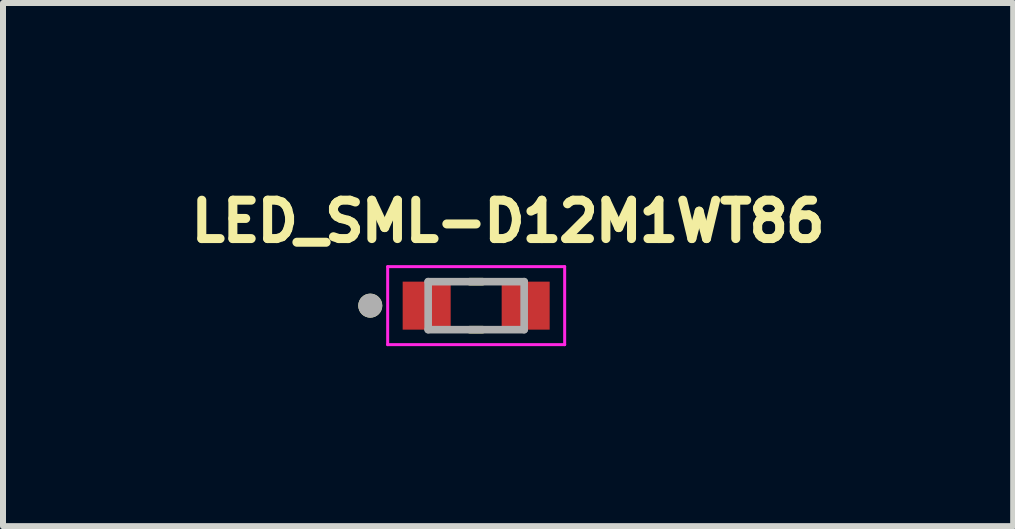
<source format=kicad_pcb>
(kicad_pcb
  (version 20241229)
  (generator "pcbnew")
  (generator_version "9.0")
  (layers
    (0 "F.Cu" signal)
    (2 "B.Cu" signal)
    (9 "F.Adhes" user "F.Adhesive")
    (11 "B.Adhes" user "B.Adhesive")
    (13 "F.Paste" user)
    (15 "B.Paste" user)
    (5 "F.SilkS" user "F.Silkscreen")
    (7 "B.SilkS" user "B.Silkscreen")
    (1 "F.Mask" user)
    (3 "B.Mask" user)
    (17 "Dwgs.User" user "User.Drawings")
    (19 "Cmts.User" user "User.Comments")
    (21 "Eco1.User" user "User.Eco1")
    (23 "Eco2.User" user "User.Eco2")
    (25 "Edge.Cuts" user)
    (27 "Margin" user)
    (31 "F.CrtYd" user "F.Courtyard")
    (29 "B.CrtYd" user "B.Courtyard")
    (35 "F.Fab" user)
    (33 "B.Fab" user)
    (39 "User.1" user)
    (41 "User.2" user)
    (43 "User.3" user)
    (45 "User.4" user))
  (footprint "LED_SML-D12M1WT86"
    (layer "F.Cu")
    (at 4.886 2.044)
    (property "Reference" "LED_SML-D12M1WT86" (at 0.532 -1.406 0) (layer "F.SilkS") (effects (font (size 0.64 0.64) (thickness 0.15))))
    (attr through_hole)
    (fp_line (start -0.105 -0.4) (end 0.105 -0.4) (stroke (width 0.127) (type solid)) (layer "F.SilkS"))
    (fp_line (start -0.105 0.4) (end 0.105 0.4) (stroke (width 0.127) (type solid)) (layer "F.SilkS"))
    (fp_circle (center -1.765 0) (end -1.665 0) (stroke (width 0.2) (type solid)) (fill no) (layer "F.SilkS"))
    (fp_line (start -1.475 -0.65) (end -1.475 0.65) (stroke (width 0.05) (type solid)) (layer "F.CrtYd"))
    (fp_line (start -1.475 0.65) (end 1.475 0.65) (stroke (width 0.05) (type solid)) (layer "F.CrtYd"))
    (fp_line (start 1.475 -0.65) (end -1.475 -0.65) (stroke (width 0.05) (type solid)) (layer "F.CrtYd"))
    (fp_line (start 1.475 0.65) (end 1.475 -0.65) (stroke (width 0.05) (type solid)) (layer "F.CrtYd"))
    (fp_line (start -0.8 -0.4) (end -0.8 0.4) (stroke (width 0.127) (type solid)) (layer "F.Fab"))
    (fp_line (start -0.8 0.4) (end 0.8 0.4) (stroke (width 0.127) (type solid)) (layer "F.Fab"))
    (fp_line (start 0.8 -0.4) (end -0.8 -0.4) (stroke (width 0.127) (type solid)) (layer "F.Fab"))
    (fp_line (start 0.8 0.4) (end 0.8 -0.4) (stroke (width 0.127) (type solid)) (layer "F.Fab"))
    (fp_circle (center -1.765 0) (end -1.665 0) (stroke (width 0.2) (type solid)) (fill no) (layer "F.Fab"))
    (pad "A" smd rect (at 0.825 0) (size 0.8 0.8) (layers "F.Cu" "F.Mask" "F.Paste"))
    (pad "C" smd rect (at -0.825 0) (size 0.8 0.8) (layers "F.Cu" "F.Mask" "F.Paste")))
  (gr_rect
    (start -3 -3)
    (end 13.836 5.719)
    (stroke (width 0.1) (type default))
    (fill no)
    (layer "Edge.Cuts")))
</source>
